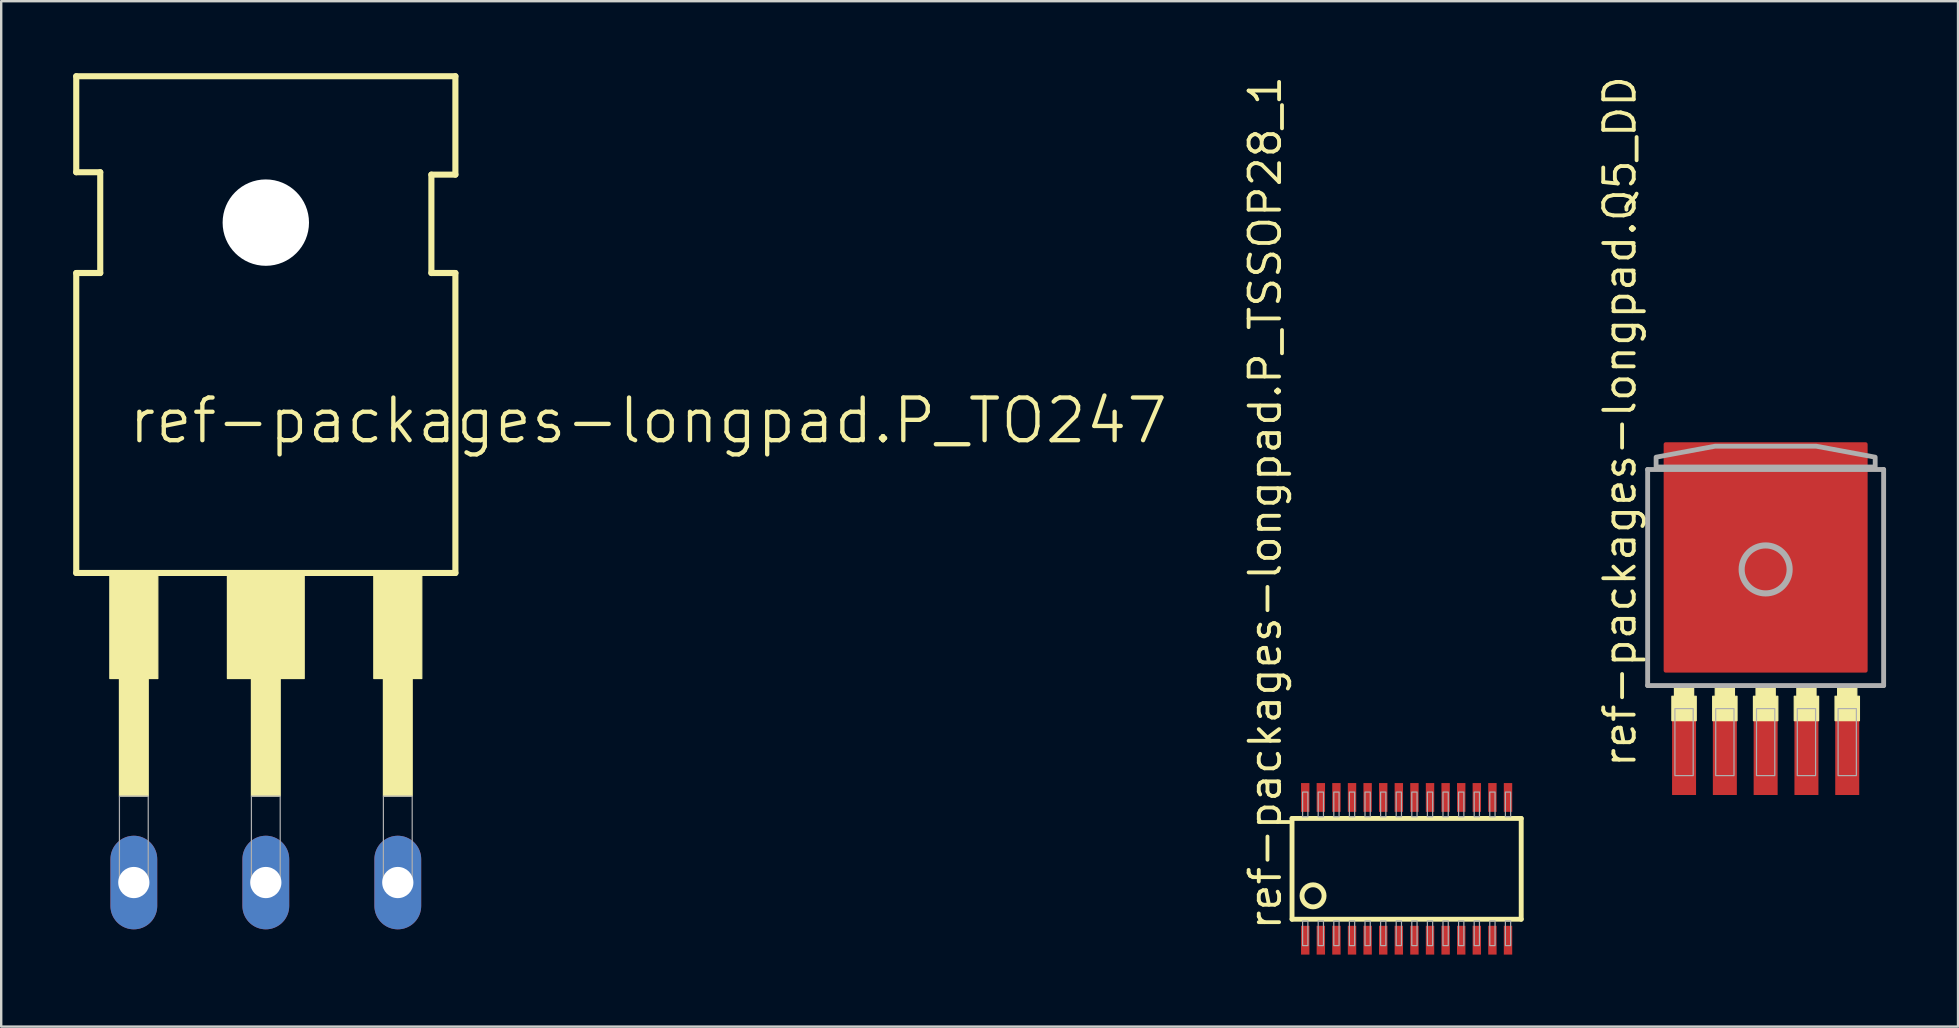
<source format=kicad_pcb>
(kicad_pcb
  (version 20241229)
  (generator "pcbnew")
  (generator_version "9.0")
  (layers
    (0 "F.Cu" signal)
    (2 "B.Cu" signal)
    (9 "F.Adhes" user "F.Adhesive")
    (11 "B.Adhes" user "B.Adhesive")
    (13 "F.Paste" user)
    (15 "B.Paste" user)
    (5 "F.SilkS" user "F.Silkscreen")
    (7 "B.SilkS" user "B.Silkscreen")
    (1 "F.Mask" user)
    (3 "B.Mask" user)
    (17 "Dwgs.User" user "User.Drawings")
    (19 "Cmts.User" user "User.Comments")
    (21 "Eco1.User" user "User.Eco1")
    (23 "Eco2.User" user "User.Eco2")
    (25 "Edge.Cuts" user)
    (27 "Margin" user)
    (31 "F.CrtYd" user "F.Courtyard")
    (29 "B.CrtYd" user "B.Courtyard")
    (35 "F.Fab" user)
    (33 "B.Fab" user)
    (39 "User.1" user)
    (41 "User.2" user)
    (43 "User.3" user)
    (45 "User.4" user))
  (footprint "ref-packages-longpad.P_TO247"
    (layer "F.Cu")
    (at 8.027 6.227)
    (property "Reference" "ref-packages-longpad.P_TO247" (at -5.81 9.293 0) (layer "F.SilkS") (effects (font (size 1.778 1.778) (thickness 0.18)) (justify left bottom)))
    (attr through_hole)
    (fp_line (start -7.9 -6.1) (end 7.9 -6.1) (stroke (width 0.254) (type default)) (layer "F.SilkS"))
    (fp_line (start -7.9 -2.1) (end -7.9 -6.1) (stroke (width 0.254) (type default)) (layer "F.SilkS"))
    (fp_line (start -7.9 2.1) (end -6.9 2.1) (stroke (width 0.254) (type default)) (layer "F.SilkS"))
    (fp_line (start -7.9 14.6) (end -7.9 2.1) (stroke (width 0.254) (type default)) (layer "F.SilkS"))
    (fp_line (start -6.9 -2.1) (end -7.9 -2.1) (stroke (width 0.254) (type default)) (layer "F.SilkS"))
    (fp_line (start -6.9 2.1) (end -6.9 -2.1) (stroke (width 0.254) (type default)) (layer "F.SilkS"))
    (fp_line (start 6.9 -2) (end 6.9 2.1) (stroke (width 0.254) (type default)) (layer "F.SilkS"))
    (fp_line (start 6.9 2.1) (end 7.9 2.1) (stroke (width 0.254) (type default)) (layer "F.SilkS"))
    (fp_line (start 7.9 -6.1) (end 7.9 -2) (stroke (width 0.254) (type default)) (layer "F.SilkS"))
    (fp_line (start 7.9 -2) (end 6.9 -2) (stroke (width 0.254) (type default)) (layer "F.SilkS"))
    (fp_line (start 7.9 2.1) (end 7.9 14.6) (stroke (width 0.254) (type default)) (layer "F.SilkS"))
    (fp_line (start 7.9 14.6) (end -7.9 14.6) (stroke (width 0.254) (type default)) (layer "F.SilkS"))
    (fp_rect (start -6.5 19) (end -4.5 14.7) (stroke (width 0.05) (type default)) (fill yes) (layer "F.SilkS"))
    (fp_rect (start -6.1 23.9) (end -4.9 19) (stroke (width 0.05) (type default)) (fill yes) (layer "F.SilkS"))
    (fp_rect (start -1.6 19) (end 1.6 14.7) (stroke (width 0.05) (type default)) (fill yes) (layer "F.SilkS"))
    (fp_rect (start -0.6 23.9) (end 0.6 19) (stroke (width 0.05) (type default)) (fill yes) (layer "F.SilkS"))
    (fp_rect (start 4.5 19) (end 6.5 14.7) (stroke (width 0.05) (type default)) (fill yes) (layer "F.SilkS"))
    (fp_rect (start 4.9 23.9) (end 6.1 19) (stroke (width 0.05) (type default)) (fill yes) (layer "F.SilkS"))
    (fp_rect (start -6.1 27.5) (end -4.9 23.9) (stroke (width 0.05) (type default)) (fill no) (layer "F.Fab"))
    (fp_rect (start -0.6 27.5) (end 0.6 23.9) (stroke (width 0.05) (type default)) (fill no) (layer "F.Fab"))
    (fp_rect (start 4.9 27.5) (end 6.1 23.9) (stroke (width 0.05) (type default)) (fill no) (layer "F.Fab"))
    (pad "" np_thru_hole circle (at 0 0) (size 3.6 3.6) (drill 3.6) (layers "*.Cu" "*.Mask"))
    (pad "1" thru_hole oval (at -5.5 27.5 90) (size 3.9 1.95) (drill 1.3) (layers "*.Cu" "*.Mask"))
    (pad "2" thru_hole oval (at 0 27.5 90) (size 3.9 1.95) (drill 1.3) (layers "*.Cu" "*.Mask"))
    (pad "3" thru_hole oval (at 5.5 27.5 90) (size 3.9 1.95) (drill 1.3) (layers "*.Cu" "*.Mask")))
  (footprint "ref-packages-longpad.P_TSSOP28_1"
    (layer "F.Cu")
    (at 55.567 33.156)
    (property "Reference" "ref-packages-longpad.P_TSSOP28_1" (at -5.151 2.63 90) (layer "F.SilkS") (effects (font (size 1.27 1.27) (thickness 0.16)) (justify left bottom)))
    (attr smd)
    (fp_line (start -4.775 -2.1) (end -4.775 2.1) (stroke (width 0.203) (type default)) (layer "F.SilkS"))
    (fp_line (start -4.775 2.1) (end 4.775 2.1) (stroke (width 0.203) (type default)) (layer "F.SilkS"))
    (fp_line (start 4.775 -2.1) (end -4.775 -2.1) (stroke (width 0.203) (type default)) (layer "F.SilkS"))
    (fp_line (start 4.775 2.1) (end 4.775 -2.1) (stroke (width 0.203) (type default)) (layer "F.SilkS"))
    (fp_circle (center -3.9 1.125) (end -3.44 1.125) (stroke (width 0.203) (type default)) (fill no) (layer "F.SilkS"))
    (fp_rect (start -4.335 -2.17) (end -4.115 -3.2) (stroke (width 0.05) (type default)) (fill no) (layer "F.Fab"))
    (fp_rect (start -4.335 3.2) (end -4.115 2.17) (stroke (width 0.05) (type default)) (fill no) (layer "F.Fab"))
    (fp_rect (start -3.685 -2.17) (end -3.465 -3.2) (stroke (width 0.05) (type default)) (fill no) (layer "F.Fab"))
    (fp_rect (start -3.685 3.2) (end -3.465 2.17) (stroke (width 0.05) (type default)) (fill no) (layer "F.Fab"))
    (fp_rect (start -3.035 -2.17) (end -2.815 -3.2) (stroke (width 0.05) (type default)) (fill no) (layer "F.Fab"))
    (fp_rect (start -3.035 3.2) (end -2.815 2.17) (stroke (width 0.05) (type default)) (fill no) (layer "F.Fab"))
    (fp_rect (start -2.385 -2.17) (end -2.165 -3.2) (stroke (width 0.05) (type default)) (fill no) (layer "F.Fab"))
    (fp_rect (start -2.385 3.2) (end -2.165 2.17) (stroke (width 0.05) (type default)) (fill no) (layer "F.Fab"))
    (fp_rect (start -1.735 -2.17) (end -1.515 -3.2) (stroke (width 0.05) (type default)) (fill no) (layer "F.Fab"))
    (fp_rect (start -1.735 3.2) (end -1.515 2.17) (stroke (width 0.05) (type default)) (fill no) (layer "F.Fab"))
    (fp_rect (start -1.085 -2.17) (end -0.865 -3.2) (stroke (width 0.05) (type default)) (fill no) (layer "F.Fab"))
    (fp_rect (start -1.085 3.2) (end -0.865 2.17) (stroke (width 0.05) (type default)) (fill no) (layer "F.Fab"))
    (fp_rect (start -0.435 -2.17) (end -0.215 -3.2) (stroke (width 0.05) (type default)) (fill no) (layer "F.Fab"))
    (fp_rect (start -0.435 3.2) (end -0.215 2.17) (stroke (width 0.05) (type default)) (fill no) (layer "F.Fab"))
    (fp_rect (start 0.215 -2.17) (end 0.435 -3.2) (stroke (width 0.05) (type default)) (fill no) (layer "F.Fab"))
    (fp_rect (start 0.215 3.2) (end 0.435 2.17) (stroke (width 0.05) (type default)) (fill no) (layer "F.Fab"))
    (fp_rect (start 0.865 -2.17) (end 1.085 -3.2) (stroke (width 0.05) (type default)) (fill no) (layer "F.Fab"))
    (fp_rect (start 0.865 3.2) (end 1.085 2.17) (stroke (width 0.05) (type default)) (fill no) (layer "F.Fab"))
    (fp_rect (start 1.515 -2.17) (end 1.735 -3.2) (stroke (width 0.05) (type default)) (fill no) (layer "F.Fab"))
    (fp_rect (start 1.515 3.2) (end 1.735 2.17) (stroke (width 0.05) (type default)) (fill no) (layer "F.Fab"))
    (fp_rect (start 2.165 -2.17) (end 2.385 -3.2) (stroke (width 0.05) (type default)) (fill no) (layer "F.Fab"))
    (fp_rect (start 2.165 3.2) (end 2.385 2.17) (stroke (width 0.05) (type default)) (fill no) (layer "F.Fab"))
    (fp_rect (start 2.815 -2.17) (end 3.035 -3.2) (stroke (width 0.05) (type default)) (fill no) (layer "F.Fab"))
    (fp_rect (start 2.815 3.2) (end 3.035 2.17) (stroke (width 0.05) (type default)) (fill no) (layer "F.Fab"))
    (fp_rect (start 3.465 -2.17) (end 3.685 -3.2) (stroke (width 0.05) (type default)) (fill no) (layer "F.Fab"))
    (fp_rect (start 3.465 3.2) (end 3.685 2.17) (stroke (width 0.05) (type default)) (fill no) (layer "F.Fab"))
    (fp_rect (start 4.115 -2.17) (end 4.335 -3.2) (stroke (width 0.05) (type default)) (fill no) (layer "F.Fab"))
    (fp_rect (start 4.115 3.2) (end 4.335 2.17) (stroke (width 0.05) (type default)) (fill no) (layer "F.Fab"))
    (pad "1" smd roundrect (at -4.225 2.975) (size 0.35 1.2) (layers "F.Cu" "F.Mask" "F.Paste") (roundrect_rratio 0.01))
    (pad "2" smd roundrect (at -3.575 2.975) (size 0.35 1.2) (layers "F.Cu" "F.Mask" "F.Paste") (roundrect_rratio 0.01))
    (pad "3" smd roundrect (at -2.925 2.975) (size 0.35 1.2) (layers "F.Cu" "F.Mask" "F.Paste") (roundrect_rratio 0.01))
    (pad "4" smd roundrect (at -2.275 2.975) (size 0.35 1.2) (layers "F.Cu" "F.Mask" "F.Paste") (roundrect_rratio 0.01))
    (pad "5" smd roundrect (at -1.625 2.975) (size 0.35 1.2) (layers "F.Cu" "F.Mask" "F.Paste") (roundrect_rratio 0.01))
    (pad "6" smd roundrect (at -0.975 2.975) (size 0.35 1.2) (layers "F.Cu" "F.Mask" "F.Paste") (roundrect_rratio 0.01))
    (pad "7" smd roundrect (at -0.325 2.975) (size 0.35 1.2) (layers "F.Cu" "F.Mask" "F.Paste") (roundrect_rratio 0.01))
    (pad "8" smd roundrect (at 0.325 2.975) (size 0.35 1.2) (layers "F.Cu" "F.Mask" "F.Paste") (roundrect_rratio 0.01))
    (pad "9" smd roundrect (at 0.975 2.975) (size 0.35 1.2) (layers "F.Cu" "F.Mask" "F.Paste") (roundrect_rratio 0.01))
    (pad "10" smd roundrect (at 1.625 2.975) (size 0.35 1.2) (layers "F.Cu" "F.Mask" "F.Paste") (roundrect_rratio 0.01))
    (pad "11" smd roundrect (at 2.275 2.975) (size 0.35 1.2) (layers "F.Cu" "F.Mask" "F.Paste") (roundrect_rratio 0.01))
    (pad "12" smd roundrect (at 2.925 2.975) (size 0.35 1.2) (layers "F.Cu" "F.Mask" "F.Paste") (roundrect_rratio 0.01))
    (pad "13" smd roundrect (at 3.575 2.975) (size 0.35 1.2) (layers "F.Cu" "F.Mask" "F.Paste") (roundrect_rratio 0.01))
    (pad "14" smd roundrect (at 4.225 2.975) (size 0.35 1.2) (layers "F.Cu" "F.Mask" "F.Paste") (roundrect_rratio 0.01))
    (pad "15" smd roundrect (at 4.225 -2.975) (size 0.35 1.2) (layers "F.Cu" "F.Mask" "F.Paste") (roundrect_rratio 0.01))
    (pad "16" smd roundrect (at 3.575 -2.975) (size 0.35 1.2) (layers "F.Cu" "F.Mask" "F.Paste") (roundrect_rratio 0.01))
    (pad "17" smd roundrect (at 2.925 -2.975) (size 0.35 1.2) (layers "F.Cu" "F.Mask" "F.Paste") (roundrect_rratio 0.01))
    (pad "18" smd roundrect (at 2.275 -2.975) (size 0.35 1.2) (layers "F.Cu" "F.Mask" "F.Paste") (roundrect_rratio 0.01))
    (pad "19" smd roundrect (at 1.625 -2.975) (size 0.35 1.2) (layers "F.Cu" "F.Mask" "F.Paste") (roundrect_rratio 0.01))
    (pad "20" smd roundrect (at 0.975 -2.975) (size 0.35 1.2) (layers "F.Cu" "F.Mask" "F.Paste") (roundrect_rratio 0.01))
    (pad "21" smd roundrect (at 0.325 -2.975) (size 0.35 1.2) (layers "F.Cu" "F.Mask" "F.Paste") (roundrect_rratio 0.01))
    (pad "22" smd roundrect (at -0.325 -2.975) (size 0.35 1.2) (layers "F.Cu" "F.Mask" "F.Paste") (roundrect_rratio 0.01))
    (pad "23" smd roundrect (at -0.975 -2.975) (size 0.35 1.2) (layers "F.Cu" "F.Mask" "F.Paste") (roundrect_rratio 0.01))
    (pad "24" smd roundrect (at -1.625 -2.975) (size 0.35 1.2) (layers "F.Cu" "F.Mask" "F.Paste") (roundrect_rratio 0.01))
    (pad "25" smd roundrect (at -2.275 -2.975) (size 0.35 1.2) (layers "F.Cu" "F.Mask" "F.Paste") (roundrect_rratio 0.01))
    (pad "26" smd roundrect (at -2.925 -2.975) (size 0.35 1.2) (layers "F.Cu" "F.Mask" "F.Paste") (roundrect_rratio 0.01))
    (pad "27" smd roundrect (at -3.575 -2.975) (size 0.35 1.2) (layers "F.Cu" "F.Mask" "F.Paste") (roundrect_rratio 0.01))
    (pad "28" smd roundrect (at -4.225 -2.975) (size 0.35 1.2) (layers "F.Cu" "F.Mask" "F.Paste") (roundrect_rratio 0.01)))
  (footprint "ref-packages-longpad.Q5_DD"
    (layer "F.Cu")
    (at 70.528 20.504)
    (property "Reference" "ref-packages-longpad.Q5_DD" (at -5.334 8.509 90) (layer "F.SilkS") (effects (font (size 1.27 1.27) (thickness 0.16)) (justify left bottom)))
    (attr smd)
    (fp_rect (start -3.908 6.477) (end -2.892 5.461) (stroke (width 0.05) (type default)) (fill yes) (layer "F.SilkS"))
    (fp_rect (start -3.8 5.5) (end -3 5.1) (stroke (width 0.05) (type default)) (fill yes) (layer "F.SilkS"))
    (fp_rect (start -2.208 6.477) (end -1.192 5.461) (stroke (width 0.05) (type default)) (fill yes) (layer "F.SilkS"))
    (fp_rect (start -2.1 5.5) (end -1.3 5.1) (stroke (width 0.05) (type default)) (fill yes) (layer "F.SilkS"))
    (fp_rect (start -0.508 6.477) (end 0.508 5.461) (stroke (width 0.05) (type default)) (fill yes) (layer "F.SilkS"))
    (fp_rect (start -0.4 5.5) (end 0.4 5.1) (stroke (width 0.05) (type default)) (fill yes) (layer "F.SilkS"))
    (fp_rect (start 1.192 6.477) (end 2.208 5.461) (stroke (width 0.05) (type default)) (fill yes) (layer "F.SilkS"))
    (fp_rect (start 1.3 5.5) (end 2.1 5.1) (stroke (width 0.05) (type default)) (fill yes) (layer "F.SilkS"))
    (fp_rect (start 2.892 6.477) (end 3.908 5.461) (stroke (width 0.05) (type default)) (fill yes) (layer "F.SilkS"))
    (fp_rect (start 3 5.5) (end 3.8 5.1) (stroke (width 0.05) (type default)) (fill yes) (layer "F.SilkS"))
    (fp_line (start -4.917 -3.99) (end 4.917 -3.99) (stroke (width 0.203) (type default)) (layer "F.Fab"))
    (fp_line (start -4.917 5.014) (end -4.917 -3.99) (stroke (width 0.203) (type default)) (layer "F.Fab"))
    (fp_line (start 4.917 -3.99) (end 4.917 5.014) (stroke (width 0.203) (type default)) (layer "F.Fab"))
    (fp_line (start 4.917 5.014) (end -4.917 5.014) (stroke (width 0.203) (type default)) (layer "F.Fab"))
    (fp_rect (start -3.781 8.768) (end -3.019 5.974) (stroke (width 0.05) (type default)) (fill no) (layer "F.Fab"))
    (fp_rect (start -2.081 8.768) (end -1.319 5.974) (stroke (width 0.05) (type default)) (fill no) (layer "F.Fab"))
    (fp_rect (start -0.381 8.768) (end 0.381 5.974) (stroke (width 0.05) (type default)) (fill no) (layer "F.Fab"))
    (fp_rect (start 1.319 8.768) (end 2.081 5.974) (stroke (width 0.05) (type default)) (fill no) (layer "F.Fab"))
    (fp_rect (start 3.019 8.768) (end 3.781 5.974) (stroke (width 0.05) (type default)) (fill no) (layer "F.Fab"))
    (fp_circle (center 0 0.175) (end 1 0.175) (stroke (width 0.254) (type default)) (fill no) (layer "F.Fab"))
    (fp_poly (pts (xy -4.565 -4.092) (xy -4.565 -4.503) (xy -2.108 -4.96) (xy 2.108 -4.96) (xy 4.565 -4.503) (xy 4.565 -4.092)) (stroke (width 0.2) (type default)) (fill no) (layer "F.Fab"))
    (pad "1" smd roundrect (at -3.4 7.875) (size 1 3.4) (layers "F.Cu" "F.Mask" "F.Paste") (roundrect_rratio 0.01))
    (pad "2" smd roundrect (at -1.7 7.875) (size 1 3.4) (layers "F.Cu" "F.Mask" "F.Paste") (roundrect_rratio 0.01))
    (pad "3" smd roundrect (at 0 7.875) (size 1 3.4) (layers "F.Cu" "F.Mask" "F.Paste") (roundrect_rratio 0.01))
    (pad "4" smd roundrect (at 1.7 7.875) (size 1 3.4) (layers "F.Cu" "F.Mask" "F.Paste") (roundrect_rratio 0.01))
    (pad "5" smd roundrect (at 3.4 7.875) (size 1 3.4) (layers "F.Cu" "F.Mask" "F.Paste") (roundrect_rratio 0.01))
    (pad "6" smd roundrect (at 0 -0.325) (size 8.5 9.6) (layers "F.Cu" "F.Mask" "F.Paste") (roundrect_rratio 0.01)))
  (gr_rect
    (start -3 -3)
    (end 78.546 39.731)
    (stroke (width 0.1) (type default))
    (fill no)
    (layer "Edge.Cuts")))
</source>
